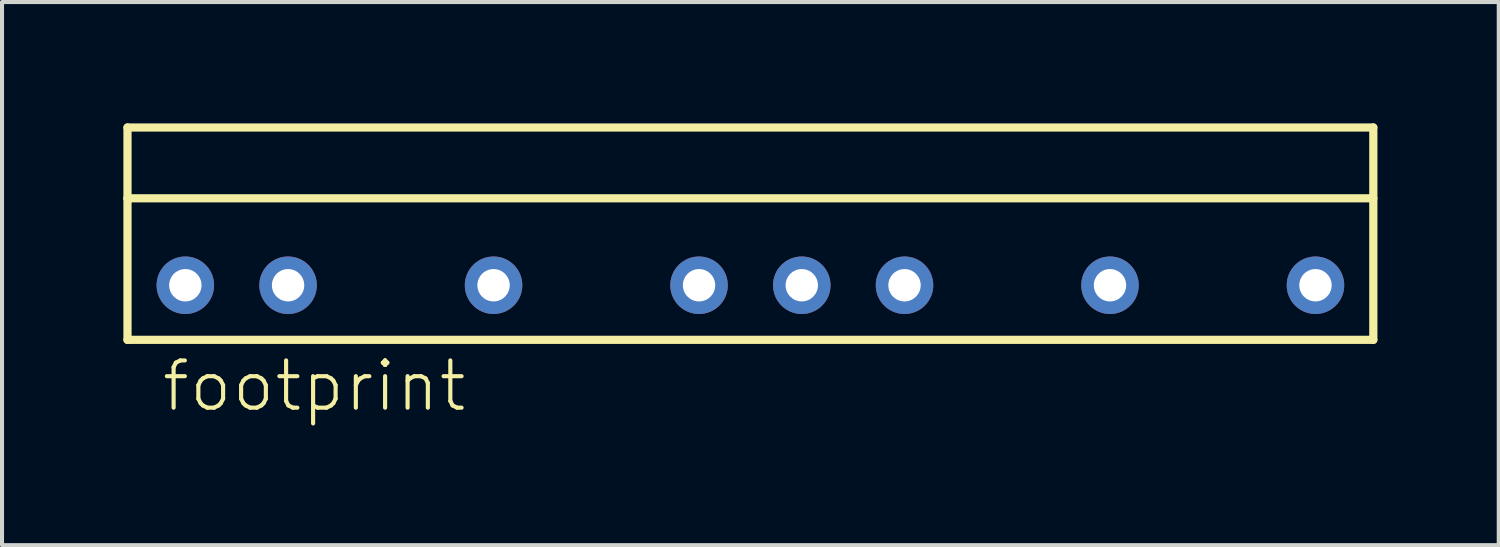
<source format=kicad_pcb>
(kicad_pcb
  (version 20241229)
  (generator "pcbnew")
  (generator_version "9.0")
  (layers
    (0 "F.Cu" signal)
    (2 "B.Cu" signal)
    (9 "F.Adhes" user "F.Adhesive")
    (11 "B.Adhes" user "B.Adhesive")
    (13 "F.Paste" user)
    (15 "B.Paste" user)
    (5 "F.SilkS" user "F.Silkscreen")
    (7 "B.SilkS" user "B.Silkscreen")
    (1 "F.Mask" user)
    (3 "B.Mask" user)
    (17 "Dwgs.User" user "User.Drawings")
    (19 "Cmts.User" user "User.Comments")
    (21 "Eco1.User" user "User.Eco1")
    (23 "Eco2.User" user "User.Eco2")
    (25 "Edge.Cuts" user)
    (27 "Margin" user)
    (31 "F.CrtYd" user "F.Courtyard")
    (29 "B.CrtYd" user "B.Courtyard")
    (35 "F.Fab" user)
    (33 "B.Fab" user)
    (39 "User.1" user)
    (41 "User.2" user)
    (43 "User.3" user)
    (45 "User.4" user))
  (footprint "footprint"
    (layer "F.Cu")
    (at 15.502 4.002)
    (property "Reference" "footprint" (at -14.605 3.175 0) (layer "F.SilkS") (effects (font (size 1.168 1.168) (thickness 0.102)) (justify left bottom)))
    (fp_line (start -15.4 -3.9) (end 15.4 -3.9) (stroke (width 0.203) (type solid)) (layer "F.SilkS"))
    (fp_line (start -15.4 -2.15) (end -15.4 -3.9) (stroke (width 0.203) (type solid)) (layer "F.SilkS"))
    (fp_line (start -15.4 -2.15) (end 15.4 -2.15) (stroke (width 0.203) (type solid)) (layer "F.SilkS"))
    (fp_line (start -15.4 1.35) (end -15.4 -2.15) (stroke (width 0.203) (type solid)) (layer "F.SilkS"))
    (fp_line (start 15.4 -3.9) (end 15.4 1.35) (stroke (width 0.203) (type solid)) (layer "F.SilkS"))
    (fp_line (start 15.4 1.35) (end -15.4 1.35) (stroke (width 0.203) (type solid)) (layer "F.SilkS"))
    (pad "1" thru_hole circle (at -13.97 0) (size 1.422 1.422) (drill 0.8) (layers "*.Cu" "*.Mask"))
    (pad "2" thru_hole circle (at -11.43 0) (size 1.422 1.422) (drill 0.8) (layers "*.Cu" "*.Mask"))
    (pad "3" thru_hole circle (at -6.35 0) (size 1.422 1.422) (drill 0.8) (layers "*.Cu" "*.Mask"))
    (pad "4" thru_hole circle (at -1.27 0) (size 1.422 1.422) (drill 0.8) (layers "*.Cu" "*.Mask"))
    (pad "5" thru_hole circle (at 1.27 0) (size 1.422 1.422) (drill 0.8) (layers "*.Cu" "*.Mask"))
    (pad "6" thru_hole circle (at 3.81 0) (size 1.422 1.422) (drill 0.8) (layers "*.Cu" "*.Mask"))
    (pad "7" thru_hole circle (at 8.89 0) (size 1.422 1.422) (drill 0.8) (layers "*.Cu" "*.Mask"))
    (pad "8" thru_hole circle (at 13.97 0) (size 1.422 1.422) (drill 0.8) (layers "*.Cu" "*.Mask")))
  (gr_rect
    (start -3 -3)
    (end 34.003 10.427)
    (stroke (width 0.1) (type default))
    (fill no)
    (layer "Edge.Cuts")))
</source>
